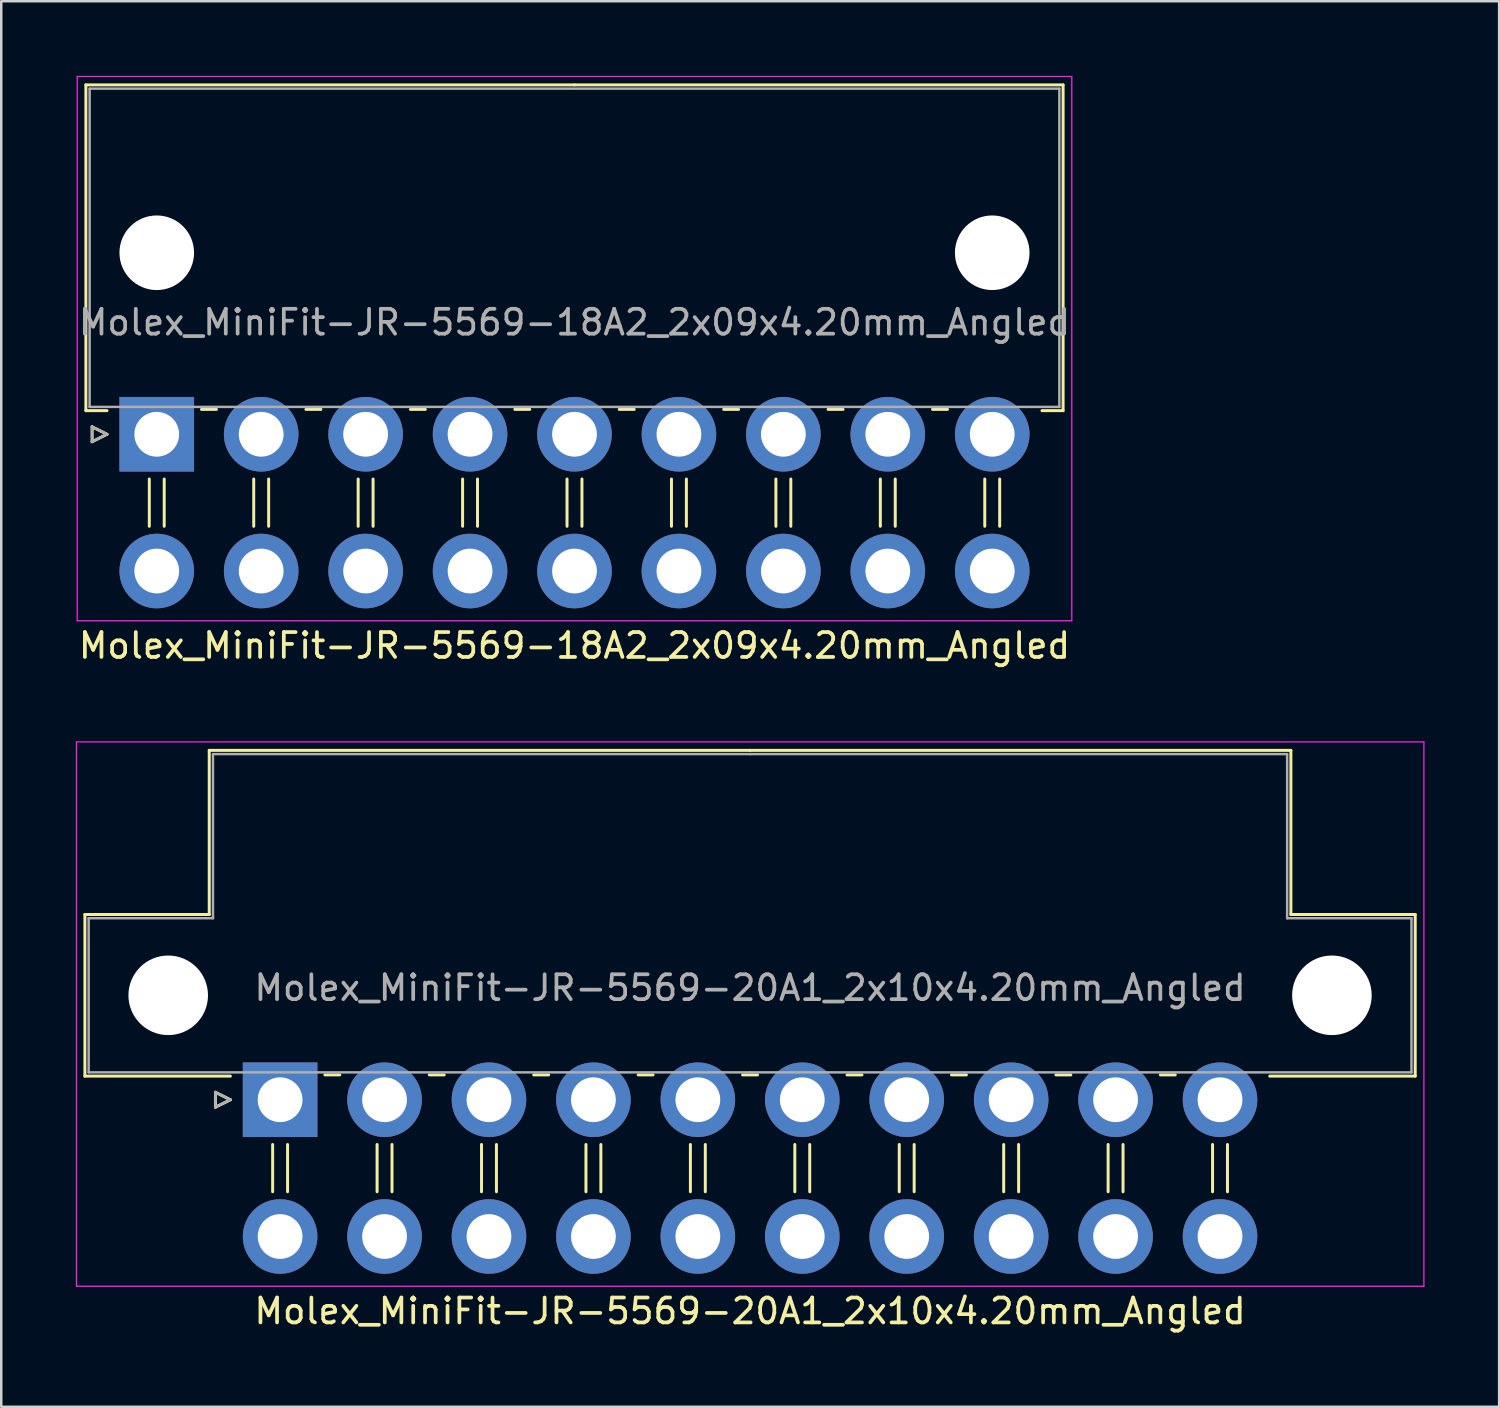
<source format=kicad_pcb>
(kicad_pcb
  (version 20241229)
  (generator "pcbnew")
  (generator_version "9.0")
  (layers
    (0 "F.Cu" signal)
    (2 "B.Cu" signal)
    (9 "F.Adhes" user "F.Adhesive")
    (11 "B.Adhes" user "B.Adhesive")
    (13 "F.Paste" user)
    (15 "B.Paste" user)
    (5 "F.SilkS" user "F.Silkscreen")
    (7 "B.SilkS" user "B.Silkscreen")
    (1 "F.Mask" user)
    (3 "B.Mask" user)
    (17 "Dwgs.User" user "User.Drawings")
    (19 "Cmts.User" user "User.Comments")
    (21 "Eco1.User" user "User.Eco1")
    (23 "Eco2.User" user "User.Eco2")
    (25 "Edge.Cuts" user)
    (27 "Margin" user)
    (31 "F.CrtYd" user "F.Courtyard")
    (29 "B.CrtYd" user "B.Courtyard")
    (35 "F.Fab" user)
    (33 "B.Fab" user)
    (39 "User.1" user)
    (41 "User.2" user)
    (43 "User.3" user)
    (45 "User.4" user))
  (footprint "Molex_MiniFit-JR-5569-18A2_2x09x4.20mm_Angled"
    (layer "F.Cu")
    (at 3.254 14.415)
    (property "Reference" "Molex_MiniFit-JR-5569-18A2_2x09x4.20mm_Angled" (at 16.8 8.5 0) (layer "F.SilkS") (effects (font (size 1 1) (thickness 0.15))))
    (attr through_hole)
    (fp_line (start -2.85 -14.05) (end 16.8 -14.05) (stroke (width 0.12) (type solid)) (layer "F.SilkS"))
    (fp_line (start -2.85 -0.95) (end -2.85 -14.05) (stroke (width 0.12) (type solid)) (layer "F.SilkS"))
    (fp_line (start -2.6 -0.3) (end -2 0) (stroke (width 0.12) (type solid)) (layer "F.SilkS"))
    (fp_line (start -2.6 0.3) (end -2.6 -0.3) (stroke (width 0.12) (type solid)) (layer "F.SilkS"))
    (fp_line (start -2 -0.95) (end -2.85 -0.95) (stroke (width 0.12) (type solid)) (layer "F.SilkS"))
    (fp_line (start -2 0) (end -2.6 0.3) (stroke (width 0.12) (type solid)) (layer "F.SilkS"))
    (fp_line (start -0.3 1.8) (end -0.3 3.7) (stroke (width 0.12) (type solid)) (layer "F.SilkS"))
    (fp_line (start 0.3 1.8) (end 0.3 3.7) (stroke (width 0.12) (type solid)) (layer "F.SilkS"))
    (fp_line (start 1.8 -1) (end 2.4 -1) (stroke (width 0.12) (type solid)) (layer "F.SilkS"))
    (fp_line (start 3.9 1.8) (end 3.9 3.7) (stroke (width 0.12) (type solid)) (layer "F.SilkS"))
    (fp_line (start 4.5 1.8) (end 4.5 3.7) (stroke (width 0.12) (type solid)) (layer "F.SilkS"))
    (fp_line (start 6 -1) (end 6.6 -1) (stroke (width 0.12) (type solid)) (layer "F.SilkS"))
    (fp_line (start 8.1 1.8) (end 8.1 3.7) (stroke (width 0.12) (type solid)) (layer "F.SilkS"))
    (fp_line (start 8.7 1.8) (end 8.7 3.7) (stroke (width 0.12) (type solid)) (layer "F.SilkS"))
    (fp_line (start 10.2 -1) (end 10.8 -1) (stroke (width 0.12) (type solid)) (layer "F.SilkS"))
    (fp_line (start 12.3 1.8) (end 12.3 3.7) (stroke (width 0.12) (type solid)) (layer "F.SilkS"))
    (fp_line (start 12.9 1.8) (end 12.9 3.7) (stroke (width 0.12) (type solid)) (layer "F.SilkS"))
    (fp_line (start 14.4 -1) (end 15 -1) (stroke (width 0.12) (type solid)) (layer "F.SilkS"))
    (fp_line (start 16.5 1.8) (end 16.5 3.7) (stroke (width 0.12) (type solid)) (layer "F.SilkS"))
    (fp_line (start 17.1 1.8) (end 17.1 3.7) (stroke (width 0.12) (type solid)) (layer "F.SilkS"))
    (fp_line (start 18.6 -1) (end 19.2 -1) (stroke (width 0.12) (type solid)) (layer "F.SilkS"))
    (fp_line (start 20.7 1.8) (end 20.7 3.7) (stroke (width 0.12) (type solid)) (layer "F.SilkS"))
    (fp_line (start 21.3 1.8) (end 21.3 3.7) (stroke (width 0.12) (type solid)) (layer "F.SilkS"))
    (fp_line (start 22.8 -1) (end 23.4 -1) (stroke (width 0.12) (type solid)) (layer "F.SilkS"))
    (fp_line (start 24.9 1.8) (end 24.9 3.7) (stroke (width 0.12) (type solid)) (layer "F.SilkS"))
    (fp_line (start 25.5 1.8) (end 25.5 3.7) (stroke (width 0.12) (type solid)) (layer "F.SilkS"))
    (fp_line (start 27 -1) (end 27.6 -1) (stroke (width 0.12) (type solid)) (layer "F.SilkS"))
    (fp_line (start 29.1 1.8) (end 29.1 3.7) (stroke (width 0.12) (type solid)) (layer "F.SilkS"))
    (fp_line (start 29.7 1.8) (end 29.7 3.7) (stroke (width 0.12) (type solid)) (layer "F.SilkS"))
    (fp_line (start 31.2 -1) (end 31.8 -1) (stroke (width 0.12) (type solid)) (layer "F.SilkS"))
    (fp_line (start 33.3 1.8) (end 33.3 3.7) (stroke (width 0.12) (type solid)) (layer "F.SilkS"))
    (fp_line (start 33.9 1.8) (end 33.9 3.7) (stroke (width 0.12) (type solid)) (layer "F.SilkS"))
    (fp_line (start 35.6 -0.95) (end 36.45 -0.95) (stroke (width 0.12) (type solid)) (layer "F.SilkS"))
    (fp_line (start 36.45 -14.05) (end 16.8 -14.05) (stroke (width 0.12) (type solid)) (layer "F.SilkS"))
    (fp_line (start 36.45 -0.95) (end 36.45 -14.05) (stroke (width 0.12) (type solid)) (layer "F.SilkS"))
    (fp_line (start -3.2 -14.39) (end -3.2 7.5) (stroke (width 0.05) (type solid)) (layer "F.CrtYd"))
    (fp_line (start -3.2 7.5) (end 36.8 7.5) (stroke (width 0.05) (type solid)) (layer "F.CrtYd"))
    (fp_line (start 36.8 -14.39) (end -3.2 -14.39) (stroke (width 0.05) (type solid)) (layer "F.CrtYd"))
    (fp_line (start 36.8 7.5) (end 36.8 -14.39) (stroke (width 0.05) (type solid)) (layer "F.CrtYd"))
    (fp_line (start -2.7 -13.9) (end -2.7 -1.1) (stroke (width 0.1) (type solid)) (layer "F.Fab"))
    (fp_line (start -2.7 -1.1) (end 36.3 -1.1) (stroke (width 0.1) (type solid)) (layer "F.Fab"))
    (fp_line (start -2.6 -0.3) (end -2 0) (stroke (width 0.1) (type solid)) (layer "F.Fab"))
    (fp_line (start -2.6 0.3) (end -2.6 -0.3) (stroke (width 0.1) (type solid)) (layer "F.Fab"))
    (fp_line (start -2 0) (end -2.6 0.3) (stroke (width 0.1) (type solid)) (layer "F.Fab"))
    (fp_line (start 36.3 -13.9) (end -2.7 -13.9) (stroke (width 0.1) (type solid)) (layer "F.Fab"))
    (fp_line (start 36.3 -1.1) (end 36.3 -13.9) (stroke (width 0.1) (type solid)) (layer "F.Fab"))
    (fp_text user "${REFERENCE}" (at 16.8 -4.5 0) (layer "F.Fab") (effects (font (size 1 1) (thickness 0.15))))
    (pad "" np_thru_hole circle (at 0 -7.3) (size 3 3) (drill 3) (layers "*.Cu" "*.Mask"))
    (pad "" np_thru_hole circle (at 33.6 -7.3) (size 3 3) (drill 3) (layers "*.Cu" "*.Mask"))
    (pad "1" thru_hole rect (at 0 0) (size 3 3) (drill 1.8) (layers "*.Cu" "*.Mask"))
    (pad "2" thru_hole circle (at 4.2 0) (size 3 3) (drill 1.8) (layers "*.Cu" "*.Mask"))
    (pad "3" thru_hole circle (at 8.4 0) (size 3 3) (drill 1.8) (layers "*.Cu" "*.Mask"))
    (pad "4" thru_hole circle (at 12.6 0) (size 3 3) (drill 1.8) (layers "*.Cu" "*.Mask"))
    (pad "5" thru_hole circle (at 16.8 0) (size 3 3) (drill 1.8) (layers "*.Cu" "*.Mask"))
    (pad "6" thru_hole circle (at 21 0) (size 3 3) (drill 1.8) (layers "*.Cu" "*.Mask"))
    (pad "7" thru_hole circle (at 25.2 0) (size 3 3) (drill 1.8) (layers "*.Cu" "*.Mask"))
    (pad "8" thru_hole circle (at 29.4 0) (size 3 3) (drill 1.8) (layers "*.Cu" "*.Mask"))
    (pad "9" thru_hole circle (at 33.6 0) (size 3 3) (drill 1.8) (layers "*.Cu" "*.Mask"))
    (pad "10" thru_hole circle (at 0 5.5) (size 3 3) (drill 1.8) (layers "*.Cu" "*.Mask"))
    (pad "11" thru_hole circle (at 4.2 5.5) (size 3 3) (drill 1.8) (layers "*.Cu" "*.Mask"))
    (pad "12" thru_hole circle (at 8.4 5.5) (size 3 3) (drill 1.8) (layers "*.Cu" "*.Mask"))
    (pad "13" thru_hole circle (at 12.6 5.5) (size 3 3) (drill 1.8) (layers "*.Cu" "*.Mask"))
    (pad "14" thru_hole circle (at 16.8 5.5) (size 3 3) (drill 1.8) (layers "*.Cu" "*.Mask"))
    (pad "15" thru_hole circle (at 21 5.5) (size 3 3) (drill 1.8) (layers "*.Cu" "*.Mask"))
    (pad "16" thru_hole circle (at 25.2 5.5) (size 3 3) (drill 1.8) (layers "*.Cu" "*.Mask"))
    (pad "17" thru_hole circle (at 29.4 5.5) (size 3 3) (drill 1.8) (layers "*.Cu" "*.Mask"))
    (pad "18" thru_hole circle (at 33.6 5.5) (size 3 3) (drill 1.8) (layers "*.Cu" "*.Mask")))
  (footprint "Molex_MiniFit-JR-5569-20A1_2x10x4.20mm_Angled"
    (layer "F.Cu")
    (at 8.215 41.178)
    (property "Reference" "Molex_MiniFit-JR-5569-20A1_2x10x4.20mm_Angled" (at 18.9 8.5 0) (layer "F.SilkS") (effects (font (size 1 1) (thickness 0.15))))
    (attr through_hole)
    (fp_line (start -7.85 -7.45) (end -7.85 -0.95) (stroke (width 0.12) (type solid)) (layer "F.SilkS"))
    (fp_line (start -7.85 -0.95) (end -2 -0.95) (stroke (width 0.12) (type solid)) (layer "F.SilkS"))
    (fp_line (start -2.85 -14.05) (end -2.85 -7.45) (stroke (width 0.12) (type solid)) (layer "F.SilkS"))
    (fp_line (start -2.85 -7.45) (end -7.85 -7.45) (stroke (width 0.12) (type solid)) (layer "F.SilkS"))
    (fp_line (start -2.6 -0.3) (end -2 0) (stroke (width 0.12) (type solid)) (layer "F.SilkS"))
    (fp_line (start -2.6 0.3) (end -2.6 -0.3) (stroke (width 0.12) (type solid)) (layer "F.SilkS"))
    (fp_line (start -2 0) (end -2.6 0.3) (stroke (width 0.12) (type solid)) (layer "F.SilkS"))
    (fp_line (start -0.3 1.8) (end -0.3 3.7) (stroke (width 0.12) (type solid)) (layer "F.SilkS"))
    (fp_line (start 0.3 1.8) (end 0.3 3.7) (stroke (width 0.12) (type solid)) (layer "F.SilkS"))
    (fp_line (start 1.8 -1) (end 2.4 -1) (stroke (width 0.12) (type solid)) (layer "F.SilkS"))
    (fp_line (start 3.9 1.8) (end 3.9 3.7) (stroke (width 0.12) (type solid)) (layer "F.SilkS"))
    (fp_line (start 4.5 1.8) (end 4.5 3.7) (stroke (width 0.12) (type solid)) (layer "F.SilkS"))
    (fp_line (start 6 -1) (end 6.6 -1) (stroke (width 0.12) (type solid)) (layer "F.SilkS"))
    (fp_line (start 8.1 1.8) (end 8.1 3.7) (stroke (width 0.12) (type solid)) (layer "F.SilkS"))
    (fp_line (start 8.7 1.8) (end 8.7 3.7) (stroke (width 0.12) (type solid)) (layer "F.SilkS"))
    (fp_line (start 10.2 -1) (end 10.8 -1) (stroke (width 0.12) (type solid)) (layer "F.SilkS"))
    (fp_line (start 12.3 1.8) (end 12.3 3.7) (stroke (width 0.12) (type solid)) (layer "F.SilkS"))
    (fp_line (start 12.9 1.8) (end 12.9 3.7) (stroke (width 0.12) (type solid)) (layer "F.SilkS"))
    (fp_line (start 14.4 -1) (end 15 -1) (stroke (width 0.12) (type solid)) (layer "F.SilkS"))
    (fp_line (start 16.5 1.8) (end 16.5 3.7) (stroke (width 0.12) (type solid)) (layer "F.SilkS"))
    (fp_line (start 17.1 1.8) (end 17.1 3.7) (stroke (width 0.12) (type solid)) (layer "F.SilkS"))
    (fp_line (start 18.6 -1) (end 19.2 -1) (stroke (width 0.12) (type solid)) (layer "F.SilkS"))
    (fp_line (start 18.9 -14.05) (end -2.85 -14.05) (stroke (width 0.12) (type solid)) (layer "F.SilkS"))
    (fp_line (start 18.9 -14.05) (end 40.65 -14.05) (stroke (width 0.12) (type solid)) (layer "F.SilkS"))
    (fp_line (start 20.7 1.8) (end 20.7 3.7) (stroke (width 0.12) (type solid)) (layer "F.SilkS"))
    (fp_line (start 21.3 1.8) (end 21.3 3.7) (stroke (width 0.12) (type solid)) (layer "F.SilkS"))
    (fp_line (start 22.8 -1) (end 23.4 -1) (stroke (width 0.12) (type solid)) (layer "F.SilkS"))
    (fp_line (start 24.9 1.8) (end 24.9 3.7) (stroke (width 0.12) (type solid)) (layer "F.SilkS"))
    (fp_line (start 25.5 1.8) (end 25.5 3.7) (stroke (width 0.12) (type solid)) (layer "F.SilkS"))
    (fp_line (start 27 -1) (end 27.6 -1) (stroke (width 0.12) (type solid)) (layer "F.SilkS"))
    (fp_line (start 29.1 1.8) (end 29.1 3.7) (stroke (width 0.12) (type solid)) (layer "F.SilkS"))
    (fp_line (start 29.7 1.8) (end 29.7 3.7) (stroke (width 0.12) (type solid)) (layer "F.SilkS"))
    (fp_line (start 31.2 -1) (end 31.8 -1) (stroke (width 0.12) (type solid)) (layer "F.SilkS"))
    (fp_line (start 33.3 1.8) (end 33.3 3.7) (stroke (width 0.12) (type solid)) (layer "F.SilkS"))
    (fp_line (start 33.9 1.8) (end 33.9 3.7) (stroke (width 0.12) (type solid)) (layer "F.SilkS"))
    (fp_line (start 35.4 -1) (end 36 -1) (stroke (width 0.12) (type solid)) (layer "F.SilkS"))
    (fp_line (start 37.5 1.8) (end 37.5 3.7) (stroke (width 0.12) (type solid)) (layer "F.SilkS"))
    (fp_line (start 38.1 1.8) (end 38.1 3.7) (stroke (width 0.12) (type solid)) (layer "F.SilkS"))
    (fp_line (start 40.65 -14.05) (end 40.65 -7.45) (stroke (width 0.12) (type solid)) (layer "F.SilkS"))
    (fp_line (start 40.65 -7.45) (end 45.65 -7.45) (stroke (width 0.12) (type solid)) (layer "F.SilkS"))
    (fp_line (start 45.65 -7.45) (end 45.65 -0.95) (stroke (width 0.12) (type solid)) (layer "F.SilkS"))
    (fp_line (start 45.65 -0.95) (end 39.8 -0.95) (stroke (width 0.12) (type solid)) (layer "F.SilkS"))
    (fp_line (start -8.19 -14.39) (end -8.19 7.5) (stroke (width 0.05) (type solid)) (layer "F.CrtYd"))
    (fp_line (start -8.19 7.5) (end 46 7.5) (stroke (width 0.05) (type solid)) (layer "F.CrtYd"))
    (fp_line (start 46 -14.39) (end -8.19 -14.39) (stroke (width 0.05) (type solid)) (layer "F.CrtYd"))
    (fp_line (start 46 7.5) (end 46 -14.39) (stroke (width 0.05) (type solid)) (layer "F.CrtYd"))
    (fp_line (start -7.7 -7.3) (end -7.7 -1.1) (stroke (width 0.1) (type solid)) (layer "F.Fab"))
    (fp_line (start -7.7 -1.1) (end 18.9 -1.1) (stroke (width 0.1) (type solid)) (layer "F.Fab"))
    (fp_line (start -2.7 -13.9) (end -2.7 -7.3) (stroke (width 0.1) (type solid)) (layer "F.Fab"))
    (fp_line (start -2.7 -7.3) (end -7.7 -7.3) (stroke (width 0.1) (type solid)) (layer "F.Fab"))
    (fp_line (start -2.6 -0.3) (end -2 0) (stroke (width 0.1) (type solid)) (layer "F.Fab"))
    (fp_line (start -2.6 0.3) (end -2.6 -0.3) (stroke (width 0.1) (type solid)) (layer "F.Fab"))
    (fp_line (start -2 0) (end -2.6 0.3) (stroke (width 0.1) (type solid)) (layer "F.Fab"))
    (fp_line (start 18.9 -13.9) (end -2.7 -13.9) (stroke (width 0.1) (type solid)) (layer "F.Fab"))
    (fp_line (start 18.9 -13.9) (end 40.5 -13.9) (stroke (width 0.1) (type solid)) (layer "F.Fab"))
    (fp_line (start 40.5 -13.9) (end 40.5 -7.3) (stroke (width 0.1) (type solid)) (layer "F.Fab"))
    (fp_line (start 40.5 -7.3) (end 45.5 -7.3) (stroke (width 0.1) (type solid)) (layer "F.Fab"))
    (fp_line (start 45.5 -7.3) (end 45.5 -1.1) (stroke (width 0.1) (type solid)) (layer "F.Fab"))
    (fp_line (start 45.5 -1.1) (end 18.9 -1.1) (stroke (width 0.1) (type solid)) (layer "F.Fab"))
    (fp_text user "${REFERENCE}" (at 18.9 -4.5 0) (layer "F.Fab") (effects (font (size 1 1) (thickness 0.15))))
    (pad "" np_thru_hole circle (at -4.5 -4.2) (size 3.2 3.2) (drill 3.2) (layers "*.Cu" "*.Mask"))
    (pad "" np_thru_hole circle (at 42.3 -4.2) (size 3.2 3.2) (drill 3.2) (layers "*.Cu" "*.Mask"))
    (pad "1" thru_hole rect (at 0 0) (size 3 3) (drill 1.8) (layers "*.Cu" "*.Mask"))
    (pad "2" thru_hole circle (at 4.2 0) (size 3 3) (drill 1.8) (layers "*.Cu" "*.Mask"))
    (pad "3" thru_hole circle (at 8.4 0) (size 3 3) (drill 1.8) (layers "*.Cu" "*.Mask"))
    (pad "4" thru_hole circle (at 12.6 0) (size 3 3) (drill 1.8) (layers "*.Cu" "*.Mask"))
    (pad "5" thru_hole circle (at 16.8 0) (size 3 3) (drill 1.8) (layers "*.Cu" "*.Mask"))
    (pad "6" thru_hole circle (at 21 0) (size 3 3) (drill 1.8) (layers "*.Cu" "*.Mask"))
    (pad "7" thru_hole circle (at 25.2 0) (size 3 3) (drill 1.8) (layers "*.Cu" "*.Mask"))
    (pad "8" thru_hole circle (at 29.4 0) (size 3 3) (drill 1.8) (layers "*.Cu" "*.Mask"))
    (pad "9" thru_hole circle (at 33.6 0) (size 3 3) (drill 1.8) (layers "*.Cu" "*.Mask"))
    (pad "10" thru_hole circle (at 37.8 0) (size 3 3) (drill 1.8) (layers "*.Cu" "*.Mask"))
    (pad "11" thru_hole circle (at 0 5.5) (size 3 3) (drill 1.8) (layers "*.Cu" "*.Mask"))
    (pad "12" thru_hole circle (at 4.2 5.5) (size 3 3) (drill 1.8) (layers "*.Cu" "*.Mask"))
    (pad "13" thru_hole circle (at 8.4 5.5) (size 3 3) (drill 1.8) (layers "*.Cu" "*.Mask"))
    (pad "14" thru_hole circle (at 12.6 5.5) (size 3 3) (drill 1.8) (layers "*.Cu" "*.Mask"))
    (pad "15" thru_hole circle (at 16.8 5.5) (size 3 3) (drill 1.8) (layers "*.Cu" "*.Mask"))
    (pad "16" thru_hole circle (at 21 5.5) (size 3 3) (drill 1.8) (layers "*.Cu" "*.Mask"))
    (pad "17" thru_hole circle (at 25.2 5.5) (size 3 3) (drill 1.8) (layers "*.Cu" "*.Mask"))
    (pad "18" thru_hole circle (at 29.4 5.5) (size 3 3) (drill 1.8) (layers "*.Cu" "*.Mask"))
    (pad "19" thru_hole circle (at 33.6 5.5) (size 3 3) (drill 1.8) (layers "*.Cu" "*.Mask"))
    (pad "20" thru_hole circle (at 37.8 5.5) (size 3 3) (drill 1.8) (layers "*.Cu" "*.Mask")))
  (gr_rect
    (start -3 -3)
    (end 57.24 53.526)
    (stroke (width 0.1) (type default))
    (fill no)
    (layer "Edge.Cuts")))
</source>
